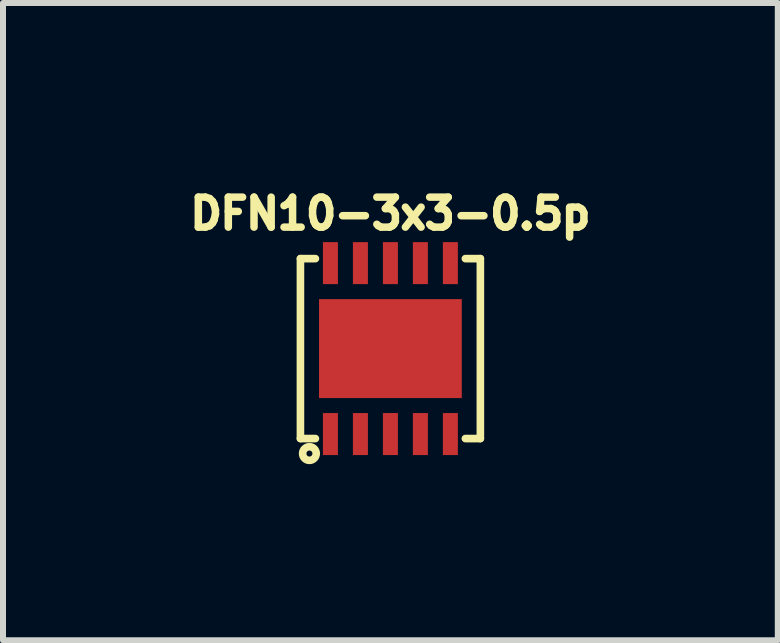
<source format=kicad_pcb>
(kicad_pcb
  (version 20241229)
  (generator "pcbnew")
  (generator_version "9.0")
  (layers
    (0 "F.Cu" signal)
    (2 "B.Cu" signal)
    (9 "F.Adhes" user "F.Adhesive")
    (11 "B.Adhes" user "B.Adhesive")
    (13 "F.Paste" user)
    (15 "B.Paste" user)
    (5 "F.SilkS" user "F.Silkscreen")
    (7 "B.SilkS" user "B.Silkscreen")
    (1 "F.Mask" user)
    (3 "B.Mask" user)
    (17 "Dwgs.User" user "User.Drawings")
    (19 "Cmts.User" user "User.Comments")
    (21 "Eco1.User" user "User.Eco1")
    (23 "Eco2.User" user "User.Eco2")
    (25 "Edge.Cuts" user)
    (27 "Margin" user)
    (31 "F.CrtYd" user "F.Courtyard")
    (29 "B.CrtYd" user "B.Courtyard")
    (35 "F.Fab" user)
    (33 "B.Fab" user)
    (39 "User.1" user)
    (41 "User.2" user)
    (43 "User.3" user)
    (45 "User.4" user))
  (footprint "DFN10-3x3-0.5p"
    (layer "F.Cu")
    (at 3.459 2.762)
    (property "Reference" "DFN10-3x3-0.5p" (at 0 -2.25 0) (layer "F.SilkS") (effects (font (size 0.5 0.5) (thickness 0.125))))
    (attr smd)
    (fp_line (start -1.5 -1.5) (end -1.5 1.5) (stroke (width 0.127) (type solid)) (layer "F.SilkS"))
    (fp_line (start -1.5 -1.5) (end -1.25 -1.5) (stroke (width 0.127) (type solid)) (layer "F.SilkS"))
    (fp_line (start -1.5 1.5) (end -1.25 1.5) (stroke (width 0.127) (type solid)) (layer "F.SilkS"))
    (fp_line (start 1.5 -1.5) (end 1.25 -1.5) (stroke (width 0.127) (type solid)) (layer "F.SilkS"))
    (fp_line (start 1.5 -1.5) (end 1.5 1.5) (stroke (width 0.127) (type solid)) (layer "F.SilkS"))
    (fp_line (start 1.5 1.5) (end 1.25 1.5) (stroke (width 0.127) (type solid)) (layer "F.SilkS"))
    (fp_circle (center -1.35 1.75) (end -1.3 1.75) (stroke (width 0.127) (type solid)) (fill no) (layer "F.SilkS"))
    (pad "0" smd rect (at 0 0) (size 2.38 1.65) (layers "F.Cu" "F.Mask" "F.Paste"))
    (pad "1" smd rect (at -1 1.425) (size 0.25 0.7) (layers "F.Cu" "F.Mask" "F.Paste"))
    (pad "2" smd rect (at -0.5 1.425) (size 0.25 0.7) (layers "F.Cu" "F.Mask" "F.Paste"))
    (pad "3" smd rect (at 0 1.425) (size 0.25 0.7) (layers "F.Cu" "F.Mask" "F.Paste"))
    (pad "4" smd rect (at 0.5 1.425) (size 0.25 0.7) (layers "F.Cu" "F.Mask" "F.Paste"))
    (pad "5" smd rect (at 1 1.425) (size 0.25 0.7) (layers "F.Cu" "F.Mask" "F.Paste"))
    (pad "6" smd rect (at 1 -1.425) (size 0.25 0.7) (layers "F.Cu" "F.Mask" "F.Paste"))
    (pad "7" smd rect (at 0.5 -1.425) (size 0.25 0.7) (layers "F.Cu" "F.Mask" "F.Paste"))
    (pad "8" smd rect (at 0 -1.425) (size 0.25 0.7) (layers "F.Cu" "F.Mask" "F.Paste"))
    (pad "9" smd rect (at -0.5 -1.425) (size 0.25 0.7) (layers "F.Cu" "F.Mask" "F.Paste"))
    (pad "10" smd rect (at -1 -1.425) (size 0.25 0.7) (layers "F.Cu" "F.Mask" "F.Paste")))
  (gr_rect
    (start -3 -3)
    (end 9.918 7.625)
    (stroke (width 0.1) (type default))
    (fill no)
    (layer "Edge.Cuts")))
</source>
